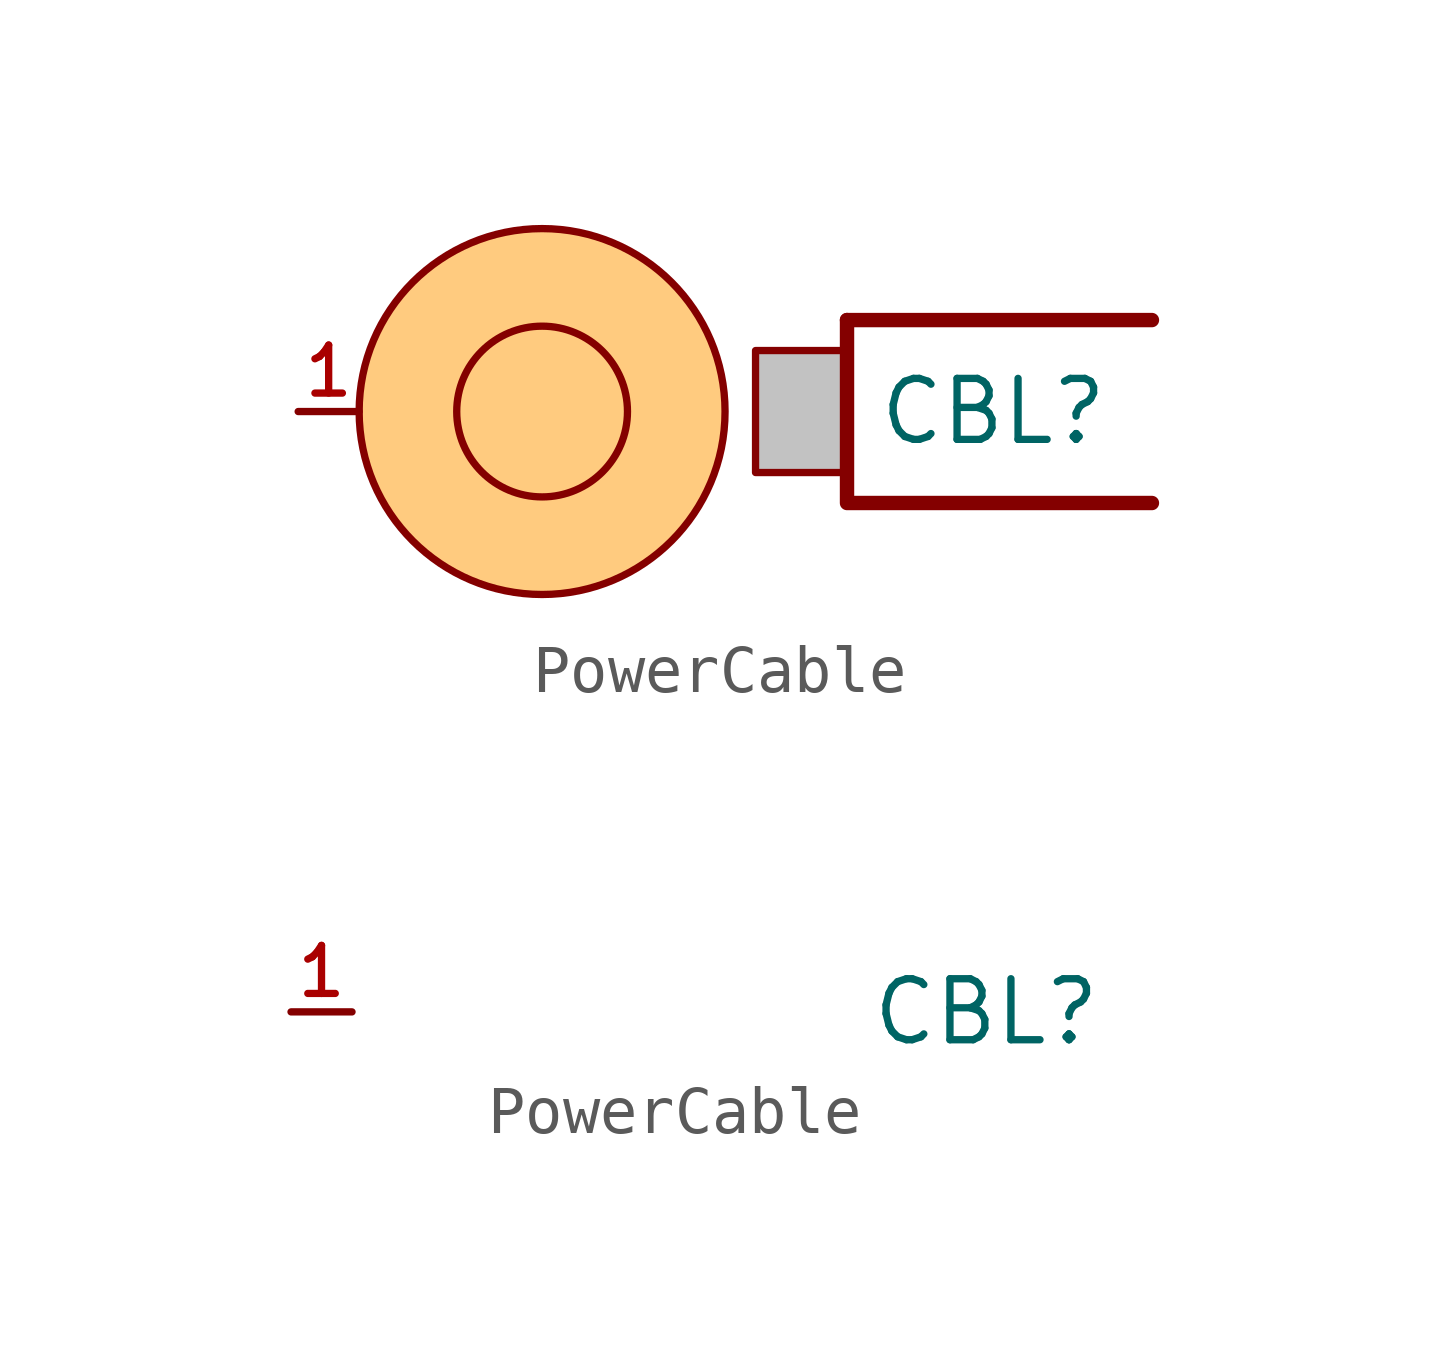
<source format=kicad_sym>
(kicad_symbol_lib
  (version 20241209)
  (generator "kicad_symbol_editor")
  (generator_version "9.0")
  (symbol "PowerCable"
    (pin_names
      (hide yes))
    (property "Reference" "CBL"
      (at 9.398 0 0)
      (effects (font (size 1.27 1.27))))
    (property "Value" ""
      (at 0 0 0)
      (effects (font (size 1.27 1.27))))
    (symbol "PowerCable_1_1"
      (circle (center 0 0) (radius 1.778) (stroke (width 0) (type default)) (fill (type color) (color 255 255 255 1)))
      (circle (center 0 0) (radius 3.81) (stroke (width 0) (type default)) (fill (type color) (color 255 153 0 0.5)))
      (polyline (pts (xy 6.35 1.905) (xy 12.7 1.905)) (stroke (width 0.3) (type default)) (fill (type none)))
      (polyline (pts (xy 6.35 1.905) (xy 6.35 -1.905) (xy 12.7 -1.905)) (stroke (width 0.3) (type default)) (fill (type none)))
      (polyline (pts (xy 6.35 1.27) (xy 4.445 1.27) (xy 4.445 -0.635) (xy 4.445 -1.27) (xy 6.35 -1.27)) (stroke (width 0) (type default)) (fill (type color) (color 194 194 194 1)))
      (pin passive line (at -5.08 0 0) (length 1.27) (name "1" (effects (font (size 0.991 0.991)))) (number "1" (effects (font (size 1 1))))))
    (symbol "PowerCable_1_2"
      (pin passive line (at -5.08 0 0) (length 1.27) (name "1" (effects (font (size 0.991 0.991)))) (number "1" (effects (font (size 1 1))))))))
</source>
